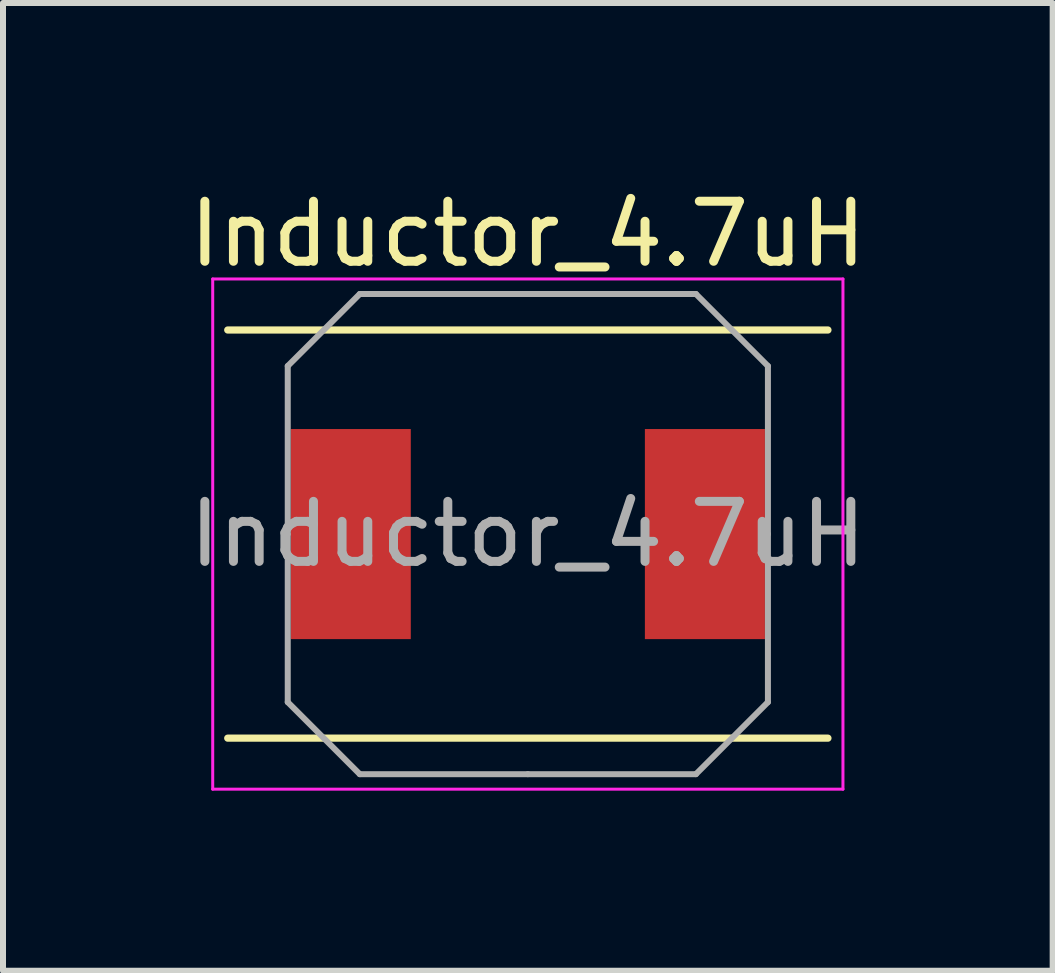
<source format=kicad_pcb>
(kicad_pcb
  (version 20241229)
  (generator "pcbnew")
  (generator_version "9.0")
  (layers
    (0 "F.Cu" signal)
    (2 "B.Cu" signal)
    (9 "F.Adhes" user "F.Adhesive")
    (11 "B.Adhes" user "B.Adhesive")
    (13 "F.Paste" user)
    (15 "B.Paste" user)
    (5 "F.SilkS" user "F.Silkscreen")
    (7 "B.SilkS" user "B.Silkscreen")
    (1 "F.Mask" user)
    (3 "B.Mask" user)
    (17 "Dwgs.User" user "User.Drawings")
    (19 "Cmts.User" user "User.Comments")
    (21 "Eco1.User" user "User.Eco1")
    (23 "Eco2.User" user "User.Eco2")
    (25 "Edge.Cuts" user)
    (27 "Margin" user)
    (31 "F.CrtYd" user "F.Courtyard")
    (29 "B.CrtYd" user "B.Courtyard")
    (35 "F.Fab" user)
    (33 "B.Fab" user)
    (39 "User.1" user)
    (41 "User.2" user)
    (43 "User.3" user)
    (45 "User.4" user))
  (footprint "Inductor_4.7uH"
    (layer "F.Cu")
    (at 5.744 5.848)
    (property "Reference" "Inductor_4.7uH" (at 0 -5 0) (layer "F.SilkS") (effects (font (size 1 1) (thickness 0.15))))
    (attr smd)
    (fp_line (start -5 -3.4) (end 5 -3.4) (stroke (width 0.12) (type solid)) (layer "F.SilkS"))
    (fp_line (start -5 3.4) (end 5 3.4) (stroke (width 0.12) (type solid)) (layer "F.SilkS"))
    (fp_line (start -5.25 -4.25) (end -5.25 4.25) (stroke (width 0.05) (type solid)) (layer "F.CrtYd"))
    (fp_line (start -5.25 4.25) (end 5.25 4.25) (stroke (width 0.05) (type solid)) (layer "F.CrtYd"))
    (fp_line (start 5.25 -4.25) (end -5.25 -4.25) (stroke (width 0.05) (type solid)) (layer "F.CrtYd"))
    (fp_line (start 5.25 4.25) (end 5.25 -4.25) (stroke (width 0.05) (type solid)) (layer "F.CrtYd"))
    (fp_line (start -4 -2.8) (end -2.8 -4) (stroke (width 0.1) (type solid)) (layer "F.Fab"))
    (fp_line (start -4 0) (end -4 -2.8) (stroke (width 0.1) (type solid)) (layer "F.Fab"))
    (fp_line (start -4 0) (end -4 2.8) (stroke (width 0.1) (type solid)) (layer "F.Fab"))
    (fp_line (start -4 2.8) (end -2.8 4) (stroke (width 0.1) (type solid)) (layer "F.Fab"))
    (fp_line (start -2.8 -4) (end 0 -4) (stroke (width 0.1) (type solid)) (layer "F.Fab"))
    (fp_line (start -2.8 4) (end 0 4) (stroke (width 0.1) (type solid)) (layer "F.Fab"))
    (fp_line (start 2.8 -4) (end 0 -4) (stroke (width 0.1) (type solid)) (layer "F.Fab"))
    (fp_line (start 2.8 4) (end 0 4) (stroke (width 0.1) (type solid)) (layer "F.Fab"))
    (fp_line (start 4 -2.8) (end 2.8 -4) (stroke (width 0.1) (type solid)) (layer "F.Fab"))
    (fp_line (start 4 0) (end 4 -2.8) (stroke (width 0.1) (type solid)) (layer "F.Fab"))
    (fp_line (start 4 0) (end 4 2.8) (stroke (width 0.1) (type solid)) (layer "F.Fab"))
    (fp_line (start 4 2.8) (end 2.8 4) (stroke (width 0.1) (type solid)) (layer "F.Fab"))
    (fp_text user "${REFERENCE}" (at 0 0 0) (layer "F.Fab") (effects (font (size 1 1) (thickness 0.15))))
    (pad "1" smd rect (at -2.95 0) (size 2 3.5) (layers "F.Cu" "F.Mask" "F.Paste"))
    (pad "2" smd rect (at 2.95 0) (size 2 3.5) (layers "F.Cu" "F.Mask" "F.Paste")))
  (gr_rect
    (start -3 -3)
    (end 14.488 13.123)
    (stroke (width 0.1) (type default))
    (fill no)
    (layer "Edge.Cuts")))
</source>
